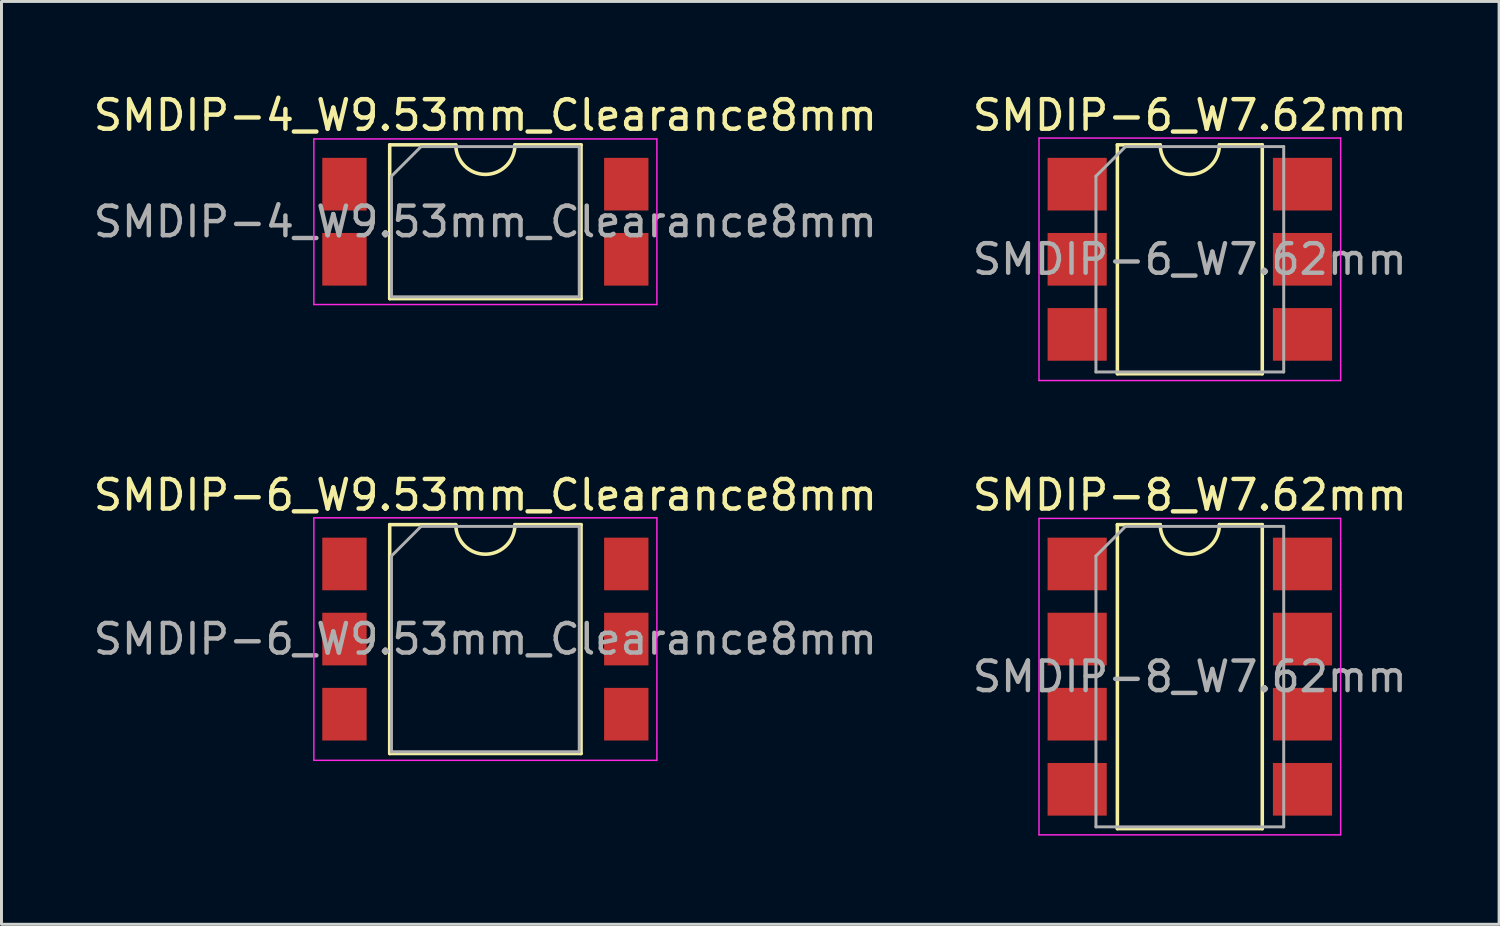
<source format=kicad_pcb>
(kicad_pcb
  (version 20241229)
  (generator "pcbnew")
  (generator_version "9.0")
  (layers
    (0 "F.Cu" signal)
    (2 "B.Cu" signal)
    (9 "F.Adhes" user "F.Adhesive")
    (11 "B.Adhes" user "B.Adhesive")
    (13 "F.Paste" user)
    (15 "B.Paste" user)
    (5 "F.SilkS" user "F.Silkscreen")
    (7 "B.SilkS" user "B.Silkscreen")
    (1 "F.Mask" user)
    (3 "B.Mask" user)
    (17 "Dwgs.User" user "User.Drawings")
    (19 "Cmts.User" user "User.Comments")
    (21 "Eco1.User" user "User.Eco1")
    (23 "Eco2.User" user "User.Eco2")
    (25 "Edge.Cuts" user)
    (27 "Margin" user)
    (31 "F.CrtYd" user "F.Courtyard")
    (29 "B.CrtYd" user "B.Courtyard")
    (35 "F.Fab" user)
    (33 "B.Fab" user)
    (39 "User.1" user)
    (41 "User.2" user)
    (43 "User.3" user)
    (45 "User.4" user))
  (footprint "SMDIP-4_W9.53mm_Clearance8mm"
    (layer "F.Cu")
    (at 13.363 4.448)
    (property "Reference" "SMDIP-4_W9.53mm_Clearance8mm" (at 0 -3.6 0) (layer "F.SilkS") (effects (font (size 1 1) (thickness 0.15))))
    (attr smd)
    (fp_line (start -3.235 -2.6) (end -3.235 2.6) (stroke (width 0.12) (type solid)) (layer "F.SilkS"))
    (fp_line (start -3.235 2.6) (end 3.235 2.6) (stroke (width 0.12) (type solid)) (layer "F.SilkS"))
    (fp_line (start -1 -2.6) (end -3.235 -2.6) (stroke (width 0.12) (type solid)) (layer "F.SilkS"))
    (fp_line (start 3.235 -2.6) (end 1 -2.6) (stroke (width 0.12) (type solid)) (layer "F.SilkS"))
    (fp_line (start 3.235 2.6) (end 3.235 -2.6) (stroke (width 0.12) (type solid)) (layer "F.SilkS"))
    (fp_arc (start 1 -2.6) (mid 0 -1.6) (end -1 -2.6) (stroke (width 0.12) (type solid)) (layer "F.SilkS"))
    (fp_line (start -5.8 -2.8) (end -5.8 2.8) (stroke (width 0.05) (type solid)) (layer "F.CrtYd"))
    (fp_line (start -5.8 2.8) (end 5.8 2.8) (stroke (width 0.05) (type solid)) (layer "F.CrtYd"))
    (fp_line (start 5.8 -2.8) (end -5.8 -2.8) (stroke (width 0.05) (type solid)) (layer "F.CrtYd"))
    (fp_line (start 5.8 2.8) (end 5.8 -2.8) (stroke (width 0.05) (type solid)) (layer "F.CrtYd"))
    (fp_line (start -3.175 -1.54) (end -2.175 -2.54) (stroke (width 0.1) (type solid)) (layer "F.Fab"))
    (fp_line (start -3.175 2.54) (end -3.175 -1.54) (stroke (width 0.1) (type solid)) (layer "F.Fab"))
    (fp_line (start -2.175 -2.54) (end 3.175 -2.54) (stroke (width 0.1) (type solid)) (layer "F.Fab"))
    (fp_line (start 3.175 -2.54) (end 3.175 2.54) (stroke (width 0.1) (type solid)) (layer "F.Fab"))
    (fp_line (start 3.175 2.54) (end -3.175 2.54) (stroke (width 0.1) (type solid)) (layer "F.Fab"))
    (fp_text user "${REFERENCE}" (at 0 0 0) (layer "F.Fab") (effects (font (size 1 1) (thickness 0.15))))
    (pad "1" smd rect (at -4.765 -1.27) (size 1.5 1.78) (layers "F.Cu" "F.Mask" "F.Paste"))
    (pad "2" smd rect (at -4.765 1.27) (size 1.5 1.78) (layers "F.Cu" "F.Mask" "F.Paste"))
    (pad "3" smd rect (at 4.765 1.27) (size 1.5 1.78) (layers "F.Cu" "F.Mask" "F.Paste"))
    (pad "4" smd rect (at 4.765 -1.27) (size 1.5 1.78) (layers "F.Cu" "F.Mask" "F.Paste")))
  (footprint "SMDIP-8_W7.62mm"
    (layer "F.Cu")
    (at 37.185 19.831)
    (property "Reference" "SMDIP-8_W7.62mm" (at 0 -6.14 0) (layer "F.SilkS") (effects (font (size 1 1) (thickness 0.15))))
    (attr smd)
    (fp_line (start -2.45 -5.14) (end -2.45 5.14) (stroke (width 0.12) (type solid)) (layer "F.SilkS"))
    (fp_line (start -2.45 5.14) (end 2.45 5.14) (stroke (width 0.12) (type solid)) (layer "F.SilkS"))
    (fp_line (start -1 -5.14) (end -2.45 -5.14) (stroke (width 0.12) (type solid)) (layer "F.SilkS"))
    (fp_line (start 2.45 -5.14) (end 1 -5.14) (stroke (width 0.12) (type solid)) (layer "F.SilkS"))
    (fp_line (start 2.45 5.14) (end 2.45 -5.14) (stroke (width 0.12) (type solid)) (layer "F.SilkS"))
    (fp_arc (start 1 -5.14) (mid 0 -4.14) (end -1 -5.14) (stroke (width 0.12) (type solid)) (layer "F.SilkS"))
    (fp_line (start -5.1 -5.35) (end -5.1 5.35) (stroke (width 0.05) (type solid)) (layer "F.CrtYd"))
    (fp_line (start -5.1 5.35) (end 5.1 5.35) (stroke (width 0.05) (type solid)) (layer "F.CrtYd"))
    (fp_line (start 5.1 -5.35) (end -5.1 -5.35) (stroke (width 0.05) (type solid)) (layer "F.CrtYd"))
    (fp_line (start 5.1 5.35) (end 5.1 -5.35) (stroke (width 0.05) (type solid)) (layer "F.CrtYd"))
    (fp_line (start -3.175 -4.08) (end -2.175 -5.08) (stroke (width 0.1) (type solid)) (layer "F.Fab"))
    (fp_line (start -3.175 5.08) (end -3.175 -4.08) (stroke (width 0.1) (type solid)) (layer "F.Fab"))
    (fp_line (start -2.175 -5.08) (end 3.175 -5.08) (stroke (width 0.1) (type solid)) (layer "F.Fab"))
    (fp_line (start 3.175 -5.08) (end 3.175 5.08) (stroke (width 0.1) (type solid)) (layer "F.Fab"))
    (fp_line (start 3.175 5.08) (end -3.175 5.08) (stroke (width 0.1) (type solid)) (layer "F.Fab"))
    (fp_text user "${REFERENCE}" (at 0 0 0) (layer "F.Fab") (effects (font (size 1 1) (thickness 0.15))))
    (pad "1" smd rect (at -3.81 -3.81) (size 2 1.78) (layers "F.Cu" "F.Mask" "F.Paste"))
    (pad "2" smd rect (at -3.81 -1.27) (size 2 1.78) (layers "F.Cu" "F.Mask" "F.Paste"))
    (pad "3" smd rect (at -3.81 1.27) (size 2 1.78) (layers "F.Cu" "F.Mask" "F.Paste"))
    (pad "4" smd rect (at -3.81 3.81) (size 2 1.78) (layers "F.Cu" "F.Mask" "F.Paste"))
    (pad "5" smd rect (at 3.81 3.81) (size 2 1.78) (layers "F.Cu" "F.Mask" "F.Paste"))
    (pad "6" smd rect (at 3.81 1.27) (size 2 1.78) (layers "F.Cu" "F.Mask" "F.Paste"))
    (pad "7" smd rect (at 3.81 -1.27) (size 2 1.78) (layers "F.Cu" "F.Mask" "F.Paste"))
    (pad "8" smd rect (at 3.81 -3.81) (size 2 1.78) (layers "F.Cu" "F.Mask" "F.Paste")))
  (footprint "SMDIP-6_W7.62mm"
    (layer "F.Cu")
    (at 37.185 5.718)
    (property "Reference" "SMDIP-6_W7.62mm" (at 0 -4.87 0) (layer "F.SilkS") (effects (font (size 1 1) (thickness 0.15))))
    (attr smd)
    (fp_line (start -2.45 -3.87) (end -2.45 3.87) (stroke (width 0.12) (type solid)) (layer "F.SilkS"))
    (fp_line (start -2.45 3.87) (end 2.45 3.87) (stroke (width 0.12) (type solid)) (layer "F.SilkS"))
    (fp_line (start -1 -3.87) (end -2.45 -3.87) (stroke (width 0.12) (type solid)) (layer "F.SilkS"))
    (fp_line (start 2.45 -3.87) (end 1 -3.87) (stroke (width 0.12) (type solid)) (layer "F.SilkS"))
    (fp_line (start 2.45 3.87) (end 2.45 -3.87) (stroke (width 0.12) (type solid)) (layer "F.SilkS"))
    (fp_arc (start 1 -3.87) (mid 0 -2.87) (end -1 -3.87) (stroke (width 0.12) (type solid)) (layer "F.SilkS"))
    (fp_line (start -5.1 -4.1) (end -5.1 4.1) (stroke (width 0.05) (type solid)) (layer "F.CrtYd"))
    (fp_line (start -5.1 4.1) (end 5.1 4.1) (stroke (width 0.05) (type solid)) (layer "F.CrtYd"))
    (fp_line (start 5.1 -4.1) (end -5.1 -4.1) (stroke (width 0.05) (type solid)) (layer "F.CrtYd"))
    (fp_line (start 5.1 4.1) (end 5.1 -4.1) (stroke (width 0.05) (type solid)) (layer "F.CrtYd"))
    (fp_line (start -3.175 -2.81) (end -2.175 -3.81) (stroke (width 0.1) (type solid)) (layer "F.Fab"))
    (fp_line (start -3.175 3.81) (end -3.175 -2.81) (stroke (width 0.1) (type solid)) (layer "F.Fab"))
    (fp_line (start -2.175 -3.81) (end 3.175 -3.81) (stroke (width 0.1) (type solid)) (layer "F.Fab"))
    (fp_line (start 3.175 -3.81) (end 3.175 3.81) (stroke (width 0.1) (type solid)) (layer "F.Fab"))
    (fp_line (start 3.175 3.81) (end -3.175 3.81) (stroke (width 0.1) (type solid)) (layer "F.Fab"))
    (fp_text user "${REFERENCE}" (at 0 0 0) (layer "F.Fab") (effects (font (size 1 1) (thickness 0.15))))
    (pad "1" smd rect (at -3.81 -2.54) (size 2 1.78) (layers "F.Cu" "F.Mask" "F.Paste"))
    (pad "2" smd rect (at -3.81 0) (size 2 1.78) (layers "F.Cu" "F.Mask" "F.Paste"))
    (pad "3" smd rect (at -3.81 2.54) (size 2 1.78) (layers "F.Cu" "F.Mask" "F.Paste"))
    (pad "4" smd rect (at 3.81 2.54) (size 2 1.78) (layers "F.Cu" "F.Mask" "F.Paste"))
    (pad "5" smd rect (at 3.81 0) (size 2 1.78) (layers "F.Cu" "F.Mask" "F.Paste"))
    (pad "6" smd rect (at 3.81 -2.54) (size 2 1.78) (layers "F.Cu" "F.Mask" "F.Paste")))
  (footprint "SMDIP-6_W9.53mm_Clearance8mm"
    (layer "F.Cu")
    (at 13.363 18.561)
    (property "Reference" "SMDIP-6_W9.53mm_Clearance8mm" (at 0 -4.87 0) (layer "F.SilkS") (effects (font (size 1 1) (thickness 0.15))))
    (attr smd)
    (fp_line (start -3.235 -3.87) (end -3.235 3.87) (stroke (width 0.12) (type solid)) (layer "F.SilkS"))
    (fp_line (start -3.235 3.87) (end 3.235 3.87) (stroke (width 0.12) (type solid)) (layer "F.SilkS"))
    (fp_line (start -1 -3.87) (end -3.235 -3.87) (stroke (width 0.12) (type solid)) (layer "F.SilkS"))
    (fp_line (start 3.235 -3.87) (end 1 -3.87) (stroke (width 0.12) (type solid)) (layer "F.SilkS"))
    (fp_line (start 3.235 3.87) (end 3.235 -3.87) (stroke (width 0.12) (type solid)) (layer "F.SilkS"))
    (fp_arc (start 1 -3.87) (mid 0 -2.87) (end -1 -3.87) (stroke (width 0.12) (type solid)) (layer "F.SilkS"))
    (fp_line (start -5.8 -4.1) (end -5.8 4.1) (stroke (width 0.05) (type solid)) (layer "F.CrtYd"))
    (fp_line (start -5.8 4.1) (end 5.8 4.1) (stroke (width 0.05) (type solid)) (layer "F.CrtYd"))
    (fp_line (start 5.8 -4.1) (end -5.8 -4.1) (stroke (width 0.05) (type solid)) (layer "F.CrtYd"))
    (fp_line (start 5.8 4.1) (end 5.8 -4.1) (stroke (width 0.05) (type solid)) (layer "F.CrtYd"))
    (fp_line (start -3.175 -2.81) (end -2.175 -3.81) (stroke (width 0.1) (type solid)) (layer "F.Fab"))
    (fp_line (start -3.175 3.81) (end -3.175 -2.81) (stroke (width 0.1) (type solid)) (layer "F.Fab"))
    (fp_line (start -2.175 -3.81) (end 3.175 -3.81) (stroke (width 0.1) (type solid)) (layer "F.Fab"))
    (fp_line (start 3.175 -3.81) (end 3.175 3.81) (stroke (width 0.1) (type solid)) (layer "F.Fab"))
    (fp_line (start 3.175 3.81) (end -3.175 3.81) (stroke (width 0.1) (type solid)) (layer "F.Fab"))
    (fp_text user "${REFERENCE}" (at 0 0 0) (layer "F.Fab") (effects (font (size 1 1) (thickness 0.15))))
    (pad "1" smd rect (at -4.765 -2.54) (size 1.5 1.78) (layers "F.Cu" "F.Mask" "F.Paste"))
    (pad "2" smd rect (at -4.765 0) (size 1.5 1.78) (layers "F.Cu" "F.Mask" "F.Paste"))
    (pad "3" smd rect (at -4.765 2.54) (size 1.5 1.78) (layers "F.Cu" "F.Mask" "F.Paste"))
    (pad "4" smd rect (at 4.765 2.54) (size 1.5 1.78) (layers "F.Cu" "F.Mask" "F.Paste"))
    (pad "5" smd rect (at 4.765 0) (size 1.5 1.78) (layers "F.Cu" "F.Mask" "F.Paste"))
    (pad "6" smd rect (at 4.765 -2.54) (size 1.5 1.78) (layers "F.Cu" "F.Mask" "F.Paste")))
  (gr_rect
    (start -3 -3)
    (end 47.643 28.206)
    (stroke (width 0.1) (type default))
    (fill no)
    (layer "Edge.Cuts")))
</source>
